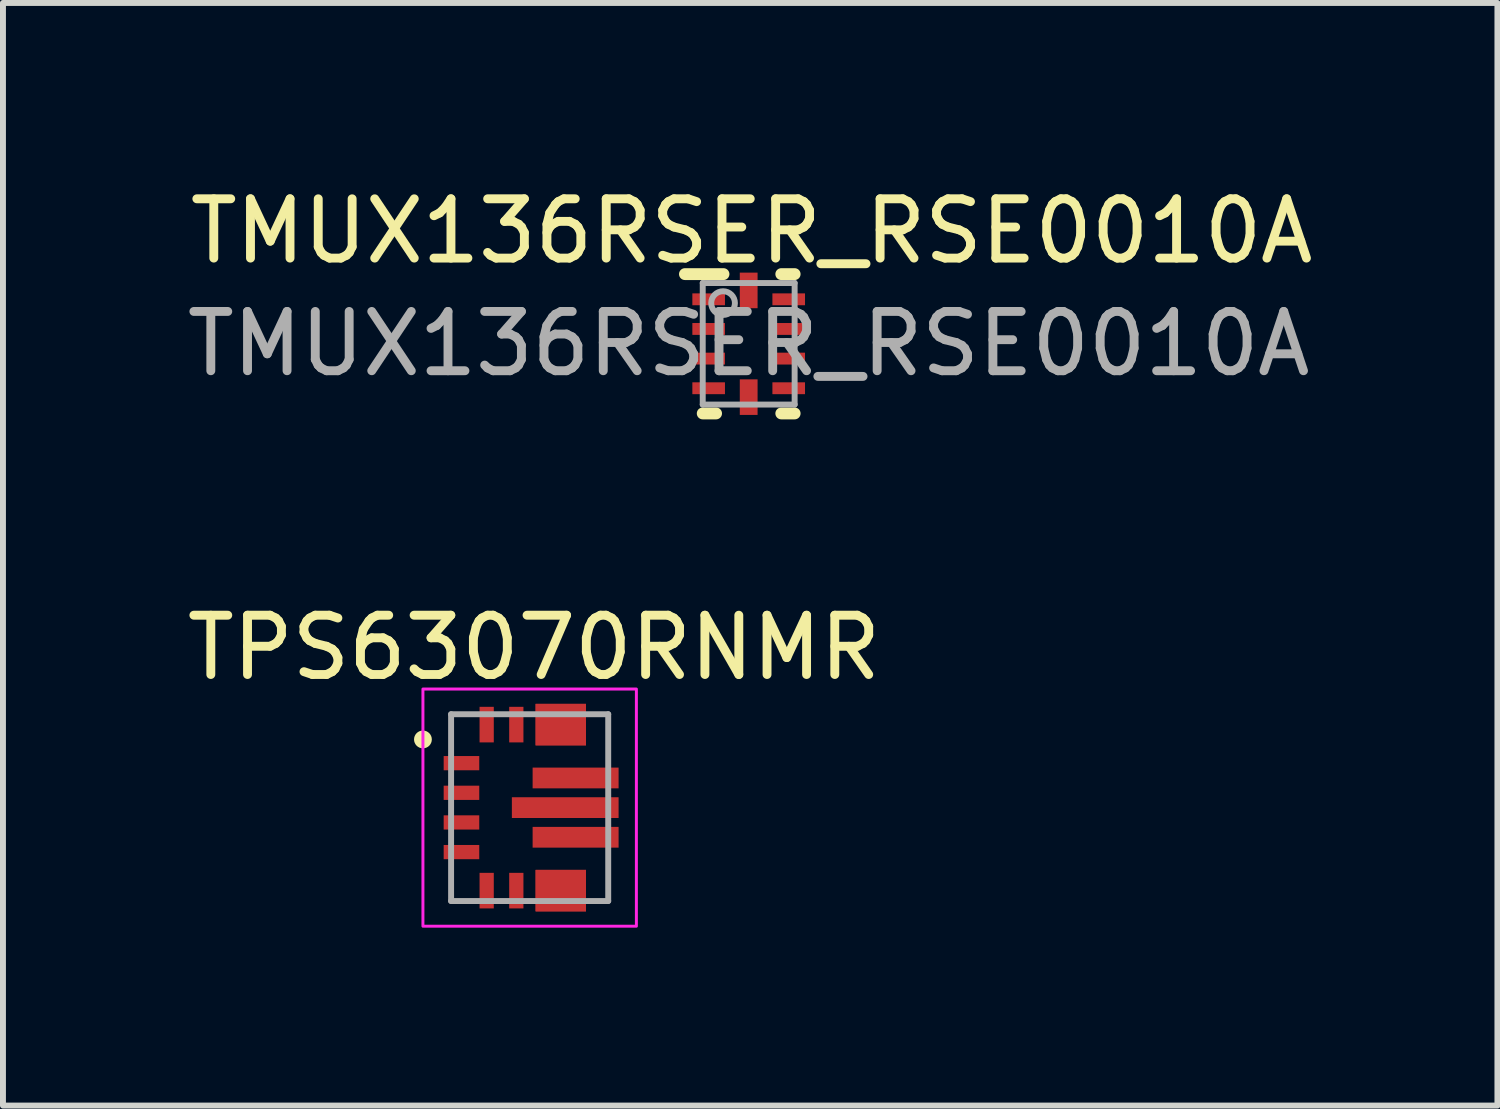
<source format=kicad_pcb>
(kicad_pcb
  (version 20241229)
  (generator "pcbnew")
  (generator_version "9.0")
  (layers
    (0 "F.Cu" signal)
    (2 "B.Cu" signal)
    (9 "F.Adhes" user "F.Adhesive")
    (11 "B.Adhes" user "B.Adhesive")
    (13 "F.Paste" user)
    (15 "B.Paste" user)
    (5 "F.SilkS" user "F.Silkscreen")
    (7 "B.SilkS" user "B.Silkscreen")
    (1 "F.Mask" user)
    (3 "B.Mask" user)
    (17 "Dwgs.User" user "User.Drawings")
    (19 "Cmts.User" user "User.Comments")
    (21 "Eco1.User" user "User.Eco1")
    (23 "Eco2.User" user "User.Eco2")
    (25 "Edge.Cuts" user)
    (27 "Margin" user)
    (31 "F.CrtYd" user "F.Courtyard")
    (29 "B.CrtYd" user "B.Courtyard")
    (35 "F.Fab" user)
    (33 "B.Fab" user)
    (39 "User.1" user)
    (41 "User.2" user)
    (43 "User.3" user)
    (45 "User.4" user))
  (footprint "TPS63070RNMR"
    (layer "F.Cu")
    (at 5.883 10.571)
    (property "Reference" "TPS63070RNMR" (at 0.075 -2.7 0) (layer "F.SilkS") (effects (font (size 1 1) (thickness 0.15))))
    (attr through_hole)
    (fp_poly (pts (xy 0.15 -1.15) (xy 0.15 -1.3) (xy 0.151 -1.31) (xy 0.154 -1.319) (xy 0.158 -1.328) (xy 0.165 -1.335) (xy 0.172 -1.342) (xy 0.181 -1.346) (xy 0.19 -1.349) (xy 0.2 -1.35) (xy 0.85 -1.35) (xy 0.86 -1.349) (xy 0.869 -1.346) (xy 0.878 -1.342) (xy 0.885 -1.335) (xy 0.892 -1.328) (xy 0.896 -1.319) (xy 0.899 -1.31) (xy 0.9 -1.3) (xy 0.9 -1.15) (xy 0.899 -1.14) (xy 0.896 -1.131) (xy 0.892 -1.122) (xy 0.885 -1.115) (xy 0.878 -1.108) (xy 0.869 -1.104) (xy 0.86 -1.101) (xy 0.85 -1.1) (xy 0.2 -1.1) (xy 0.19 -1.101) (xy 0.181 -1.104) (xy 0.172 -1.108) (xy 0.165 -1.115) (xy 0.158 -1.122) (xy 0.154 -1.131) (xy 0.151 -1.14)) (stroke (width 0.1) (type solid)) (fill yes) (layer "F.Mask"))
    (fp_poly (pts (xy 0.15 1.3) (xy 0.15 1.15) (xy 0.151 1.14) (xy 0.154 1.131) (xy 0.158 1.122) (xy 0.165 1.115) (xy 0.172 1.108) (xy 0.181 1.104) (xy 0.19 1.101) (xy 0.2 1.1) (xy 0.85 1.1) (xy 0.86 1.101) (xy 0.869 1.104) (xy 0.878 1.108) (xy 0.885 1.115) (xy 0.892 1.122) (xy 0.896 1.131) (xy 0.899 1.14) (xy 0.9 1.15) (xy 0.9 1.3) (xy 0.899 1.31) (xy 0.896 1.319) (xy 0.892 1.328) (xy 0.885 1.335) (xy 0.878 1.342) (xy 0.869 1.346) (xy 0.86 1.349) (xy 0.85 1.35) (xy 0.2 1.35) (xy 0.19 1.349) (xy 0.181 1.346) (xy 0.172 1.342) (xy 0.165 1.335) (xy 0.158 1.328) (xy 0.154 1.319) (xy 0.151 1.31)) (stroke (width 0.1) (type solid)) (fill yes) (layer "F.Mask"))
    (fp_poly (pts (xy 0.2 1.1) (xy 0.35 1.1) (xy 0.36 1.101) (xy 0.369 1.104) (xy 0.378 1.108) (xy 0.385 1.115) (xy 0.392 1.122) (xy 0.396 1.131) (xy 0.399 1.14) (xy 0.4 1.15) (xy 0.4 1.65) (xy 0.399 1.66) (xy 0.396 1.669) (xy 0.392 1.678) (xy 0.385 1.685) (xy 0.378 1.692) (xy 0.369 1.696) (xy 0.36 1.699) (xy 0.35 1.7) (xy 0.2 1.7) (xy 0.19 1.699) (xy 0.181 1.696) (xy 0.172 1.692) (xy 0.165 1.685) (xy 0.158 1.678) (xy 0.154 1.669) (xy 0.151 1.66) (xy 0.15 1.65) (xy 0.15 1.15) (xy 0.151 1.14) (xy 0.154 1.131) (xy 0.158 1.122) (xy 0.165 1.115) (xy 0.172 1.108) (xy 0.181 1.104) (xy 0.19 1.101)) (stroke (width 0.1) (type solid)) (fill yes) (layer "F.Mask"))
    (fp_poly (pts (xy 0.35 -1.1) (xy 0.2 -1.1) (xy 0.19 -1.101) (xy 0.181 -1.104) (xy 0.172 -1.108) (xy 0.165 -1.115) (xy 0.158 -1.122) (xy 0.154 -1.131) (xy 0.151 -1.14) (xy 0.15 -1.15) (xy 0.15 -1.65) (xy 0.151 -1.66) (xy 0.154 -1.669) (xy 0.158 -1.678) (xy 0.165 -1.685) (xy 0.172 -1.692) (xy 0.181 -1.696) (xy 0.19 -1.699) (xy 0.2 -1.7) (xy 0.35 -1.7) (xy 0.36 -1.699) (xy 0.369 -1.696) (xy 0.378 -1.692) (xy 0.385 -1.685) (xy 0.392 -1.678) (xy 0.396 -1.669) (xy 0.399 -1.66) (xy 0.4 -1.65) (xy 0.4 -1.15) (xy 0.399 -1.14) (xy 0.396 -1.131) (xy 0.392 -1.122) (xy 0.385 -1.115) (xy 0.378 -1.108) (xy 0.369 -1.104) (xy 0.36 -1.101)) (stroke (width 0.1) (type solid)) (fill yes) (layer "F.Mask"))
    (fp_poly (pts (xy 0.7 1.1) (xy 0.85 1.1) (xy 0.86 1.101) (xy 0.869 1.104) (xy 0.878 1.108) (xy 0.885 1.115) (xy 0.892 1.122) (xy 0.896 1.131) (xy 0.899 1.14) (xy 0.9 1.15) (xy 0.9 1.65) (xy 0.899 1.66) (xy 0.896 1.669) (xy 0.892 1.678) (xy 0.885 1.685) (xy 0.878 1.692) (xy 0.869 1.696) (xy 0.86 1.699) (xy 0.85 1.7) (xy 0.7 1.7) (xy 0.69 1.699) (xy 0.681 1.696) (xy 0.672 1.692) (xy 0.665 1.685) (xy 0.658 1.678) (xy 0.654 1.669) (xy 0.651 1.66) (xy 0.65 1.65) (xy 0.65 1.15) (xy 0.651 1.14) (xy 0.654 1.131) (xy 0.658 1.122) (xy 0.665 1.115) (xy 0.672 1.108) (xy 0.681 1.104) (xy 0.69 1.101)) (stroke (width 0.1) (type solid)) (fill yes) (layer "F.Mask"))
    (fp_poly (pts (xy 0.85 -1.1) (xy 0.7 -1.1) (xy 0.69 -1.101) (xy 0.681 -1.104) (xy 0.672 -1.108) (xy 0.665 -1.115) (xy 0.658 -1.122) (xy 0.654 -1.131) (xy 0.651 -1.14) (xy 0.65 -1.15) (xy 0.65 -1.65) (xy 0.651 -1.66) (xy 0.654 -1.669) (xy 0.658 -1.678) (xy 0.665 -1.685) (xy 0.672 -1.692) (xy 0.681 -1.696) (xy 0.69 -1.699) (xy 0.7 -1.7) (xy 0.85 -1.7) (xy 0.86 -1.699) (xy 0.869 -1.696) (xy 0.878 -1.692) (xy 0.885 -1.685) (xy 0.892 -1.678) (xy 0.896 -1.669) (xy 0.899 -1.66) (xy 0.9 -1.65) (xy 0.9 -1.15) (xy 0.899 -1.14) (xy 0.896 -1.131) (xy 0.892 -1.122) (xy 0.885 -1.115) (xy 0.878 -1.108) (xy 0.869 -1.104) (xy 0.86 -1.101)) (stroke (width 0.1) (type solid)) (fill yes) (layer "F.Mask"))
    (fp_circle (center -1.8 -1.15) (end -1.7 -1.15) (stroke (width 0.1) (type solid)) (fill yes) (layer "F.SilkS"))
    (fp_poly (pts (xy -0.22 0.075) (xy -0.22 -0.075) (xy -0.219 -0.085) (xy -0.216 -0.094) (xy -0.212 -0.103) (xy -0.205 -0.11) (xy -0.198 -0.117) (xy -0.189 -0.121) (xy -0.18 -0.124) (xy -0.17 -0.125) (xy 0.45 -0.125) (xy 0.46 -0.124) (xy 0.469 -0.121) (xy 0.478 -0.117) (xy 0.485 -0.11) (xy 0.492 -0.103) (xy 0.496 -0.094) (xy 0.499 -0.085) (xy 0.5 -0.075) (xy 0.5 0.075) (xy 0.499 0.085) (xy 0.496 0.094) (xy 0.492 0.103) (xy 0.485 0.11) (xy 0.478 0.117) (xy 0.469 0.121) (xy 0.46 0.124) (xy 0.45 0.125) (xy -0.17 0.125) (xy -0.18 0.124) (xy -0.189 0.121) (xy -0.198 0.117) (xy -0.205 0.11) (xy -0.212 0.103) (xy -0.216 0.094) (xy -0.219 0.085)) (stroke (width 0.1) (type solid)) (fill yes) (layer "F.Paste"))
    (fp_poly (pts (xy 0.101 -0.425) (xy 0.101 -0.575) (xy 0.101 -0.585) (xy 0.104 -0.594) (xy 0.109 -0.603) (xy 0.115 -0.61) (xy 0.123 -0.617) (xy 0.131 -0.621) (xy 0.141 -0.624) (xy 0.15 -0.625) (xy 0.625 -0.625) (xy 0.635 -0.624) (xy 0.645 -0.621) (xy 0.653 -0.617) (xy 0.661 -0.61) (xy 0.667 -0.603) (xy 0.672 -0.594) (xy 0.675 -0.585) (xy 0.675 -0.575) (xy 0.675 -0.425) (xy 0.675 -0.415) (xy 0.672 -0.406) (xy 0.667 -0.397) (xy 0.661 -0.39) (xy 0.653 -0.383) (xy 0.645 -0.379) (xy 0.635 -0.376) (xy 0.625 -0.375) (xy 0.15 -0.375) (xy 0.141 -0.376) (xy 0.131 -0.379) (xy 0.123 -0.383) (xy 0.115 -0.39) (xy 0.109 -0.397) (xy 0.104 -0.406) (xy 0.101 -0.415)) (stroke (width 0.1) (type solid)) (fill yes) (layer "F.Paste"))
    (fp_poly (pts (xy 0.101 0.575) (xy 0.101 0.425) (xy 0.101 0.415) (xy 0.104 0.406) (xy 0.109 0.397) (xy 0.115 0.39) (xy 0.123 0.383) (xy 0.131 0.379) (xy 0.141 0.376) (xy 0.15 0.375) (xy 0.625 0.375) (xy 0.635 0.376) (xy 0.645 0.379) (xy 0.653 0.383) (xy 0.661 0.39) (xy 0.667 0.397) (xy 0.672 0.406) (xy 0.675 0.415) (xy 0.675 0.425) (xy 0.675 0.575) (xy 0.675 0.585) (xy 0.672 0.594) (xy 0.667 0.603) (xy 0.661 0.61) (xy 0.653 0.617) (xy 0.645 0.621) (xy 0.635 0.624) (xy 0.625 0.625) (xy 0.15 0.625) (xy 0.141 0.624) (xy 0.131 0.621) (xy 0.123 0.617) (xy 0.115 0.61) (xy 0.109 0.603) (xy 0.104 0.594) (xy 0.101 0.585)) (stroke (width 0.1) (type solid)) (fill yes) (layer "F.Paste"))
    (fp_poly (pts (xy 0.15 -1.15) (xy 0.15 -1.3) (xy 0.151 -1.31) (xy 0.154 -1.319) (xy 0.158 -1.328) (xy 0.165 -1.335) (xy 0.172 -1.342) (xy 0.181 -1.346) (xy 0.19 -1.349) (xy 0.2 -1.35) (xy 0.85 -1.35) (xy 0.86 -1.349) (xy 0.869 -1.346) (xy 0.878 -1.342) (xy 0.885 -1.335) (xy 0.892 -1.328) (xy 0.896 -1.319) (xy 0.899 -1.31) (xy 0.9 -1.3) (xy 0.9 -1.15) (xy 0.899 -1.14) (xy 0.896 -1.131) (xy 0.892 -1.122) (xy 0.885 -1.115) (xy 0.878 -1.108) (xy 0.869 -1.104) (xy 0.86 -1.101) (xy 0.85 -1.1) (xy 0.2 -1.1) (xy 0.19 -1.101) (xy 0.181 -1.104) (xy 0.172 -1.108) (xy 0.165 -1.115) (xy 0.158 -1.122) (xy 0.154 -1.131) (xy 0.151 -1.14)) (stroke (width 0.1) (type solid)) (fill yes) (layer "F.Paste"))
    (fp_poly (pts (xy 0.15 1.3) (xy 0.15 1.15) (xy 0.151 1.14) (xy 0.154 1.131) (xy 0.158 1.122) (xy 0.165 1.115) (xy 0.172 1.108) (xy 0.181 1.104) (xy 0.19 1.101) (xy 0.2 1.1) (xy 0.85 1.1) (xy 0.86 1.101) (xy 0.869 1.104) (xy 0.878 1.108) (xy 0.885 1.115) (xy 0.892 1.122) (xy 0.896 1.131) (xy 0.899 1.14) (xy 0.9 1.15) (xy 0.9 1.3) (xy 0.899 1.31) (xy 0.896 1.319) (xy 0.892 1.328) (xy 0.885 1.335) (xy 0.878 1.342) (xy 0.869 1.346) (xy 0.86 1.349) (xy 0.85 1.35) (xy 0.2 1.35) (xy 0.19 1.349) (xy 0.181 1.346) (xy 0.172 1.342) (xy 0.165 1.335) (xy 0.158 1.328) (xy 0.154 1.319) (xy 0.151 1.31)) (stroke (width 0.1) (type solid)) (fill yes) (layer "F.Paste"))
    (fp_poly (pts (xy 0.2 1.1) (xy 0.35 1.1) (xy 0.36 1.101) (xy 0.369 1.104) (xy 0.378 1.108) (xy 0.385 1.115) (xy 0.392 1.122) (xy 0.396 1.131) (xy 0.399 1.14) (xy 0.4 1.15) (xy 0.4 1.65) (xy 0.399 1.66) (xy 0.396 1.669) (xy 0.392 1.678) (xy 0.385 1.685) (xy 0.378 1.692) (xy 0.369 1.696) (xy 0.36 1.699) (xy 0.35 1.7) (xy 0.2 1.7) (xy 0.19 1.699) (xy 0.181 1.696) (xy 0.172 1.692) (xy 0.165 1.685) (xy 0.158 1.678) (xy 0.154 1.669) (xy 0.151 1.66) (xy 0.15 1.65) (xy 0.15 1.15) (xy 0.151 1.14) (xy 0.154 1.131) (xy 0.158 1.122) (xy 0.165 1.115) (xy 0.172 1.108) (xy 0.181 1.104) (xy 0.19 1.101)) (stroke (width 0.1) (type solid)) (fill yes) (layer "F.Paste"))
    (fp_poly (pts (xy 0.35 -1.1) (xy 0.2 -1.1) (xy 0.19 -1.101) (xy 0.181 -1.104) (xy 0.172 -1.108) (xy 0.165 -1.115) (xy 0.158 -1.122) (xy 0.154 -1.131) (xy 0.151 -1.14) (xy 0.15 -1.15) (xy 0.15 -1.65) (xy 0.151 -1.66) (xy 0.154 -1.669) (xy 0.158 -1.678) (xy 0.165 -1.685) (xy 0.172 -1.692) (xy 0.181 -1.696) (xy 0.19 -1.699) (xy 0.2 -1.7) (xy 0.35 -1.7) (xy 0.36 -1.699) (xy 0.369 -1.696) (xy 0.378 -1.692) (xy 0.385 -1.685) (xy 0.392 -1.678) (xy 0.396 -1.669) (xy 0.399 -1.66) (xy 0.4 -1.65) (xy 0.4 -1.15) (xy 0.399 -1.14) (xy 0.396 -1.131) (xy 0.392 -1.122) (xy 0.385 -1.115) (xy 0.378 -1.108) (xy 0.369 -1.104) (xy 0.36 -1.101)) (stroke (width 0.1) (type solid)) (fill yes) (layer "F.Paste"))
    (fp_poly (pts (xy 0.7 0.075) (xy 0.7 -0.075) (xy 0.701 -0.085) (xy 0.704 -0.094) (xy 0.708 -0.103) (xy 0.715 -0.11) (xy 0.722 -0.117) (xy 0.731 -0.121) (xy 0.74 -0.124) (xy 0.75 -0.125) (xy 1.37 -0.125) (xy 1.38 -0.124) (xy 1.389 -0.121) (xy 1.398 -0.117) (xy 1.405 -0.11) (xy 1.412 -0.103) (xy 1.416 -0.094) (xy 1.419 -0.085) (xy 1.42 -0.075) (xy 1.42 0.075) (xy 1.419 0.085) (xy 1.416 0.094) (xy 1.412 0.103) (xy 1.405 0.11) (xy 1.398 0.117) (xy 1.389 0.121) (xy 1.38 0.124) (xy 1.37 0.125) (xy 0.75 0.125) (xy 0.74 0.124) (xy 0.731 0.121) (xy 0.722 0.117) (xy 0.715 0.11) (xy 0.708 0.103) (xy 0.704 0.094) (xy 0.701 0.085)) (stroke (width 0.1) (type solid)) (fill yes) (layer "F.Paste"))
    (fp_poly (pts (xy 0.7 1.1) (xy 0.85 1.1) (xy 0.86 1.101) (xy 0.869 1.104) (xy 0.878 1.108) (xy 0.885 1.115) (xy 0.892 1.122) (xy 0.896 1.131) (xy 0.899 1.14) (xy 0.9 1.15) (xy 0.9 1.65) (xy 0.899 1.66) (xy 0.896 1.669) (xy 0.892 1.678) (xy 0.885 1.685) (xy 0.878 1.692) (xy 0.869 1.696) (xy 0.86 1.699) (xy 0.85 1.7) (xy 0.7 1.7) (xy 0.69 1.699) (xy 0.681 1.696) (xy 0.672 1.692) (xy 0.665 1.685) (xy 0.658 1.678) (xy 0.654 1.669) (xy 0.651 1.66) (xy 0.65 1.65) (xy 0.65 1.15) (xy 0.651 1.14) (xy 0.654 1.131) (xy 0.658 1.122) (xy 0.665 1.115) (xy 0.672 1.108) (xy 0.681 1.104) (xy 0.69 1.101)) (stroke (width 0.1) (type solid)) (fill yes) (layer "F.Paste"))
    (fp_poly (pts (xy 0.85 -1.1) (xy 0.7 -1.1) (xy 0.69 -1.101) (xy 0.681 -1.104) (xy 0.672 -1.108) (xy 0.665 -1.115) (xy 0.658 -1.122) (xy 0.654 -1.131) (xy 0.651 -1.14) (xy 0.65 -1.15) (xy 0.65 -1.65) (xy 0.651 -1.66) (xy 0.654 -1.669) (xy 0.658 -1.678) (xy 0.665 -1.685) (xy 0.672 -1.692) (xy 0.681 -1.696) (xy 0.69 -1.699) (xy 0.7 -1.7) (xy 0.85 -1.7) (xy 0.86 -1.699) (xy 0.869 -1.696) (xy 0.878 -1.692) (xy 0.885 -1.685) (xy 0.892 -1.678) (xy 0.896 -1.669) (xy 0.899 -1.66) (xy 0.9 -1.65) (xy 0.9 -1.15) (xy 0.899 -1.14) (xy 0.896 -1.131) (xy 0.892 -1.122) (xy 0.885 -1.115) (xy 0.878 -1.108) (xy 0.869 -1.104) (xy 0.86 -1.101)) (stroke (width 0.1) (type solid)) (fill yes) (layer "F.Paste"))
    (fp_poly (pts (xy 0.875 -0.425) (xy 0.875 -0.575) (xy 0.876 -0.585) (xy 0.879 -0.594) (xy 0.884 -0.603) (xy 0.89 -0.61) (xy 0.898 -0.617) (xy 0.906 -0.621) (xy 0.916 -0.624) (xy 0.925 -0.625) (xy 1.401 -0.625) (xy 1.41 -0.624) (xy 1.42 -0.621) (xy 1.428 -0.617) (xy 1.436 -0.61) (xy 1.442 -0.603) (xy 1.447 -0.594) (xy 1.45 -0.585) (xy 1.45 -0.575) (xy 1.45 -0.425) (xy 1.45 -0.415) (xy 1.447 -0.406) (xy 1.442 -0.397) (xy 1.436 -0.39) (xy 1.428 -0.383) (xy 1.42 -0.379) (xy 1.41 -0.376) (xy 1.401 -0.375) (xy 0.925 -0.375) (xy 0.916 -0.376) (xy 0.906 -0.379) (xy 0.898 -0.383) (xy 0.89 -0.39) (xy 0.884 -0.397) (xy 0.879 -0.406) (xy 0.876 -0.415)) (stroke (width 0.1) (type solid)) (fill yes) (layer "F.Paste"))
    (fp_poly (pts (xy 0.875 0.575) (xy 0.875 0.425) (xy 0.876 0.415) (xy 0.879 0.406) (xy 0.884 0.397) (xy 0.89 0.39) (xy 0.898 0.383) (xy 0.906 0.379) (xy 0.916 0.376) (xy 0.925 0.375) (xy 1.401 0.375) (xy 1.41 0.376) (xy 1.42 0.379) (xy 1.428 0.383) (xy 1.436 0.39) (xy 1.442 0.397) (xy 1.447 0.406) (xy 1.45 0.415) (xy 1.45 0.425) (xy 1.45 0.575) (xy 1.45 0.585) (xy 1.447 0.594) (xy 1.442 0.603) (xy 1.436 0.61) (xy 1.428 0.617) (xy 1.42 0.621) (xy 1.41 0.624) (xy 1.401 0.625) (xy 0.925 0.625) (xy 0.916 0.624) (xy 0.906 0.621) (xy 0.898 0.617) (xy 0.89 0.61) (xy 0.884 0.603) (xy 0.879 0.594) (xy 0.876 0.585)) (stroke (width 0.1) (type solid)) (fill yes) (layer "F.Paste"))
    (fp_rect (start -1.8 -2) (end 1.8 2) (stroke (width 0.05) (type solid)) (fill no) (layer "F.CrtYd"))
    (fp_line (start -1.325 -1.575) (end 1.325 -1.575) (stroke (width 0.1) (type solid)) (layer "F.Fab"))
    (fp_line (start -1.325 1.575) (end -1.325 -1.575) (stroke (width 0.1) (type solid)) (layer "F.Fab"))
    (fp_line (start -1.325 1.575) (end 1.325 1.575) (stroke (width 0.1) (type solid)) (layer "F.Fab"))
    (fp_line (start 1.325 1.575) (end 1.325 -1.575) (stroke (width 0.1) (type solid)) (layer "F.Fab"))
    (pad "1" smd rect (at -1.15 -0.75 90) (size 0.24 0.6) (layers "F.Cu" "F.Mask" "F.Paste"))
    (pad "2" smd rect (at -1.15 -0.25 90) (size 0.24 0.6) (layers "F.Cu" "F.Mask" "F.Paste"))
    (pad "3" smd rect (at -1.15 0.25 90) (size 0.24 0.6) (layers "F.Cu" "F.Mask" "F.Paste"))
    (pad "4" smd rect (at -1.15 0.75 90) (size 0.24 0.6) (layers "F.Cu" "F.Mask" "F.Paste"))
    (pad "5" smd rect (at -0.725 1.4) (size 0.24 0.6) (layers "F.Cu" "F.Mask" "F.Paste"))
    (pad "6" smd rect (at -0.225 1.4) (size 0.24 0.6) (layers "F.Cu" "F.Mask" "F.Paste"))
    (pad "7" smd rect (at 0.525 1.4 90) (size 0.7 0.85) (layers "F.Cu" "F.Mask" "F.Paste"))
    (pad "8" smd rect (at 0.525 1.4 90) (size 0.7 0.85) (layers "F.Cu" "F.Mask" "F.Paste"))
    (pad "9" smd rect (at 0.775 0.5 90) (size 0.35 1.45) (layers "F.Cu" "F.Mask"))
    (pad "10" smd rect (at 0.6 0 90) (size 0.35 1.8) (layers "F.Cu" "F.Mask"))
    (pad "11" smd rect (at 0.775 -0.5 90) (size 0.35 1.45) (layers "F.Cu" "F.Mask"))
    (pad "12" smd rect (at 0.525 -1.4 90) (size 0.7 0.85) (layers "F.Cu" "F.Mask" "F.Paste"))
    (pad "13" smd rect (at 0.525 -1.4 90) (size 0.7 0.85) (layers "F.Cu" "F.Mask" "F.Paste"))
    (pad "14" smd rect (at -0.225 -1.4) (size 0.24 0.6) (layers "F.Cu" "F.Mask" "F.Paste"))
    (pad "15" smd rect (at -0.725 -1.4) (size 0.24 0.6) (layers "F.Cu" "F.Mask" "F.Paste")))
  (footprint "TMUX136RSER_RSE0010A"
    (layer "F.Cu")
    (at 9.577 2.748)
    (property "Reference" "TMUX136RSER_RSE0010A" (at 0.05 -1.9 0) (unlocked yes) (layer "F.SilkS") (effects (font (size 1 1) (thickness 0.15))))
    (attr smd)
    (fp_line (start -1.075 -1.175) (end -0.425 -1.175) (stroke (width 0.2) (type solid)) (layer "F.SilkS"))
    (fp_line (start -0.775 1.175) (end -0.55 1.175) (stroke (width 0.2) (type solid)) (layer "F.SilkS"))
    (fp_line (start 0.55 -1.175) (end 0.775 -1.175) (stroke (width 0.2) (type solid)) (layer "F.SilkS"))
    (fp_line (start 0.55 1.175) (end 0.775 1.175) (stroke (width 0.2) (type solid)) (layer "F.SilkS"))
    (fp_line (start -0.775 -1.025) (end 0.775 -1.025) (stroke (width 0.1) (type solid)) (layer "F.Fab"))
    (fp_line (start -0.775 1.025) (end -0.775 -1.025) (stroke (width 0.1) (type solid)) (layer "F.Fab"))
    (fp_line (start -0.775 1.025) (end 0.775 1.025) (stroke (width 0.1) (type solid)) (layer "F.Fab"))
    (fp_line (start 0.775 1.025) (end 0.775 -1.025) (stroke (width 0.1) (type solid)) (layer "F.Fab"))
    (fp_circle (center -0.432 -0.686) (end -0.232 -0.686) (stroke (width 0.1) (type solid)) (fill no) (layer "F.Fab"))
    (fp_text user "${REFERENCE}" (at 0 0 0) (unlocked yes) (layer "F.Fab") (effects (font (size 1 1) (thickness 0.15))))
    (pad "1" smd rect (at -0.675 -0.75 90) (size 0.2 0.55) (layers "F.Cu" "F.Mask" "F.Paste"))
    (pad "2" smd rect (at -0.675 -0.25 90) (size 0.2 0.55) (layers "F.Cu" "F.Mask" "F.Paste"))
    (pad "3" smd rect (at -0.675 0.25 90) (size 0.2 0.55) (layers "F.Cu" "F.Mask" "F.Paste"))
    (pad "4" smd rect (at -0.675 0.75 90) (size 0.2 0.55) (layers "F.Cu" "F.Mask" "F.Paste"))
    (pad "5" smd rect (at 0.000003 0.9) (size 0.3 0.6) (layers "F.Cu" "F.Mask" "F.Paste"))
    (pad "6" smd rect (at 0.675 0.75 90) (size 0.2 0.55) (layers "F.Cu" "F.Mask" "F.Paste"))
    (pad "7" smd rect (at 0.675 0.25 90) (size 0.2 0.55) (layers "F.Cu" "F.Mask" "F.Paste"))
    (pad "8" smd rect (at 0.675 -0.25 90) (size 0.2 0.55) (layers "F.Cu" "F.Mask" "F.Paste"))
    (pad "9" smd rect (at 0.675 -0.75 90) (size 0.2 0.55) (layers "F.Cu" "F.Mask" "F.Paste"))
    (pad "10" smd rect (at 0.000003 -0.9) (size 0.3 0.6) (layers "F.Cu" "F.Mask" "F.Paste")))
  (gr_rect
    (start -3 -3)
    (end 22.205 15.596)
    (stroke (width 0.1) (type default))
    (fill no)
    (layer "Edge.Cuts")))
</source>
